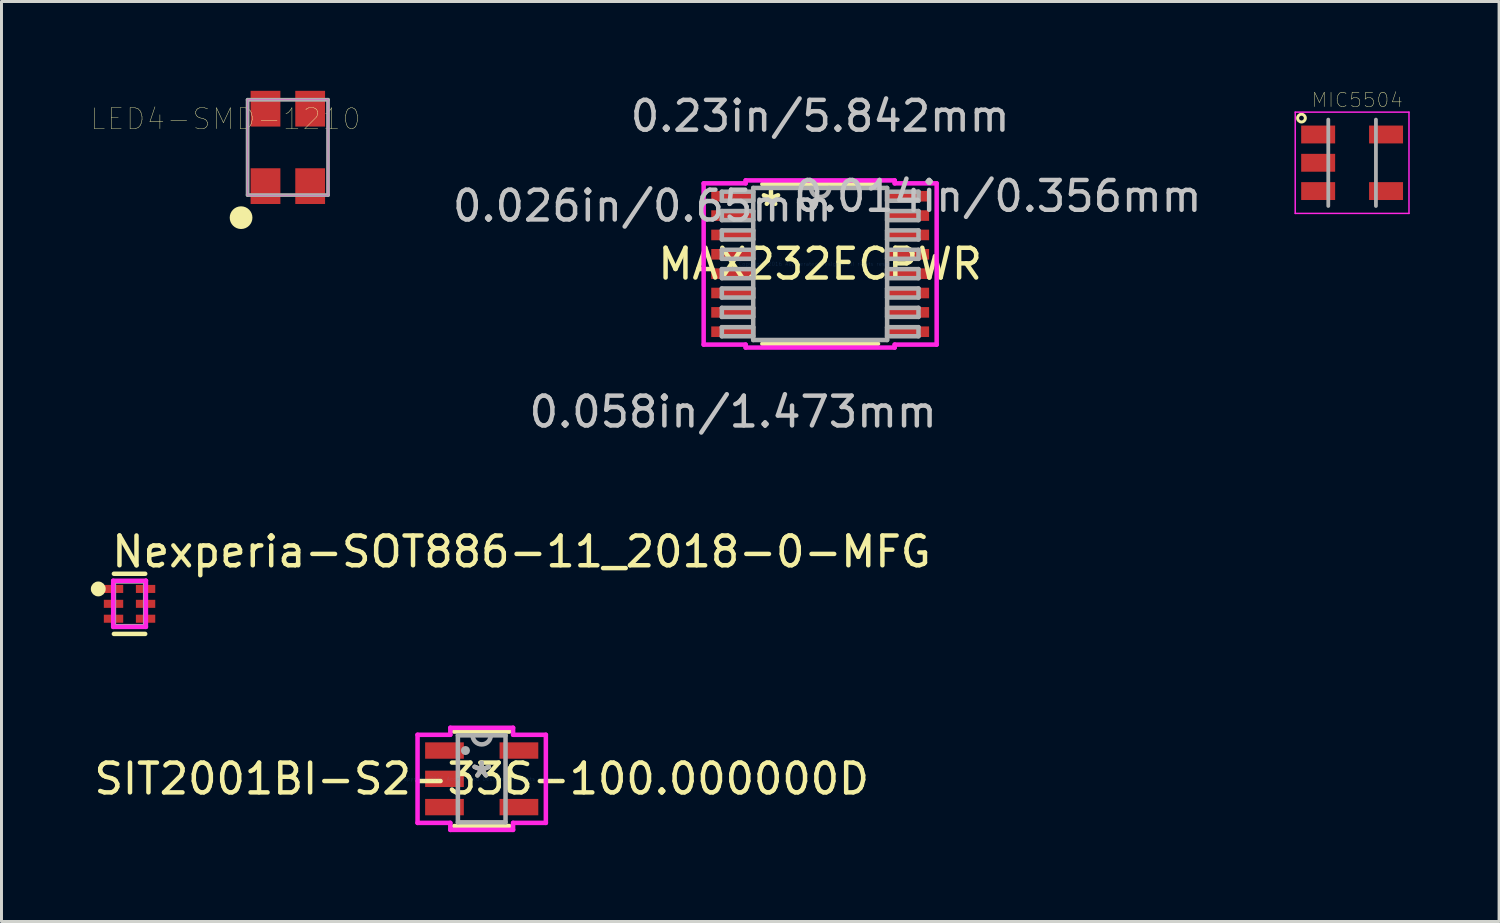
<source format=kicad_pcb>
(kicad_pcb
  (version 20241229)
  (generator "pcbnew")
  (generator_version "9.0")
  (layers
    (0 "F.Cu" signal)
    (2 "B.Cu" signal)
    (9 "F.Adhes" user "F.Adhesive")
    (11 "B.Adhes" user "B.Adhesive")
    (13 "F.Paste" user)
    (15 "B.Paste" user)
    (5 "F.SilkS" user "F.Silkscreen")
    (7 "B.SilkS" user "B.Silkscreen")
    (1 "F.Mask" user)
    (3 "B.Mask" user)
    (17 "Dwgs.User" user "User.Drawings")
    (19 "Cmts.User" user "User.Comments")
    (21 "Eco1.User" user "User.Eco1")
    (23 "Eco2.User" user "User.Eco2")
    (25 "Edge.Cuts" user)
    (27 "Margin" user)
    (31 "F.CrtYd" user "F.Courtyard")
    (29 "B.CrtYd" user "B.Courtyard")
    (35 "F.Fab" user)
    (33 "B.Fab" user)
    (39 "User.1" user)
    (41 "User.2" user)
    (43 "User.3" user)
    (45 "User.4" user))
  (footprint "MIC5504"
    (layer "F.Cu")
    (at 42.352 2.416)
    (property "Reference" "MIC5504" (at 0.174 -2.108 0) (layer "F.SilkS") (effects (font (size 0.481 0.481) (thickness 0.015))))
    (attr through_hole)
    (fp_circle (center -1.7 -1.5) (end -1.57 -1.5) (stroke (width 0.1) (type solid)) (fill no) (layer "F.SilkS"))
    (fp_line (start -1.91 -1.7) (end -1.91 1.7) (stroke (width 0.05) (type solid)) (layer "F.CrtYd"))
    (fp_line (start -1.91 1.7) (end 1.91 1.7) (stroke (width 0.05) (type solid)) (layer "F.CrtYd"))
    (fp_line (start 1.91 -1.7) (end -1.91 -1.7) (stroke (width 0.05) (type solid)) (layer "F.CrtYd"))
    (fp_line (start 1.91 1.7) (end 1.91 -1.7) (stroke (width 0.05) (type solid)) (layer "F.CrtYd"))
    (fp_line (start -0.8 -1.45) (end -0.8 1.45) (stroke (width 0.127) (type solid)) (layer "F.Fab"))
    (fp_line (start 0.8 1.45) (end 0.8 -1.45) (stroke (width 0.127) (type solid)) (layer "F.Fab"))
    (pad "1" smd rect (at -1.14 -0.95) (size 1.14 0.6) (layers "F.Cu" "F.Mask" "F.Paste"))
    (pad "2" smd rect (at -1.14 0) (size 1.14 0.6) (layers "F.Cu" "F.Mask" "F.Paste"))
    (pad "3" smd rect (at -1.14 0.95) (size 1.14 0.6) (layers "F.Cu" "F.Mask" "F.Paste"))
    (pad "4" smd rect (at 1.14 0.95) (size 1.14 0.6) (layers "F.Cu" "F.Mask" "F.Paste"))
    (pad "5" smd rect (at 1.14 -0.95) (size 1.14 0.6) (layers "F.Cu" "F.Mask" "F.Paste")))
  (footprint "LED4-SMD-1210"
    (layer "F.Cu")
    (at 6.615 1.9)
    (property "Reference" "LED4-SMD-1210" (at -2.096 -0.953 180) (layer "F.SilkS") (effects (font (size 0.7 0.7) (thickness 0.015))))
    (attr through_hole)
    (fp_circle (center -1.57 2.359) (end -1.189 2.359) (stroke (width 0) (type solid)) (fill yes) (layer "F.SilkS"))
    (fp_poly (pts (xy -1.352 -1.6) (xy 1.35 -1.6) (xy 1.35 1.602) (xy -1.352 1.602)) (stroke (width 0.01) (type solid)) (fill no) (layer "F.CrtYd"))
    (fp_line (start -1.35 -1.6) (end 1.35 -1.6) (stroke (width 0.127) (type solid)) (layer "F.Fab"))
    (fp_line (start -1.35 1.6) (end -1.35 -1.6) (stroke (width 0.127) (type solid)) (layer "F.Fab"))
    (fp_line (start 1.35 -1.6) (end 1.35 1.6) (stroke (width 0.127) (type solid)) (layer "F.Fab"))
    (fp_line (start 1.35 1.6) (end -1.35 1.6) (stroke (width 0.127) (type solid)) (layer "F.Fab"))
    (pad "1" smd rect (at -0.75 1.3) (size 1 1.2) (layers "F.Cu" "F.Mask" "F.Paste"))
    (pad "2" smd rect (at 0.75 1.3) (size 1 1.2) (layers "F.Cu" "F.Mask" "F.Paste"))
    (pad "3" smd rect (at 0.75 -1.3) (size 1 1.2) (layers "F.Cu" "F.Mask" "F.Paste"))
    (pad "4" smd rect (at -0.75 -1.3) (size 1 1.2) (layers "F.Cu" "F.Mask" "F.Paste")))
  (footprint "Nexperia-SOT886-11_2018-0-MFG"
    (layer "F.Cu")
    (at 1.3 17.226)
    (property "Reference" "Nexperia-SOT886-11_2018-0-MFG" (at -0.675 -1.75 0) (layer "F.SilkS") (effects (font (size 1 1) (thickness 0.15)) (justify left)))
    (attr through_hole)
    (fp_line (start 0.525 -1.01) (end -0.525 -1.01) (stroke (width 0.15) (type solid)) (layer "F.SilkS"))
    (fp_line (start 0.525 1.01) (end -0.525 1.01) (stroke (width 0.15) (type solid)) (layer "F.SilkS"))
    (fp_circle (center -1.05 -0.5) (end -0.925 -0.5) (stroke (width 0.25) (type solid)) (fill no) (layer "F.SilkS"))
    (fp_line (start -0.55 -0.775) (end -0.55 0.775) (stroke (width 0.15) (type solid)) (layer "F.CrtYd"))
    (fp_line (start -0.55 0.775) (end 0.55 0.775) (stroke (width 0.15) (type solid)) (layer "F.CrtYd"))
    (fp_line (start 0.55 -0.775) (end -0.55 -0.775) (stroke (width 0.15) (type solid)) (layer "F.CrtYd"))
    (fp_line (start 0.55 -0.775) (end 0.55 -0.775) (stroke (width 0.15) (type solid)) (layer "F.CrtYd"))
    (fp_line (start 0.55 0.775) (end 0.55 -0.775) (stroke (width 0.15) (type solid)) (layer "F.CrtYd"))
    (fp_line (start -0.525 -0.75) (end 0.525 -0.75) (stroke (width 0.15) (type solid)) (layer "F.Fab"))
    (fp_line (start -0.525 0.75) (end -0.525 -0.75) (stroke (width 0.15) (type solid)) (layer "F.Fab"))
    (fp_line (start 0.525 -0.75) (end 0.525 0.75) (stroke (width 0.15) (type solid)) (layer "F.Fab"))
    (fp_line (start 0.525 0.75) (end -0.525 0.75) (stroke (width 0.15) (type solid)) (layer "F.Fab"))
    (pad "1" smd rect (at -0.338 0.5) (size 0.65 0.27) (drill (offset -0.2 0)) (layers "F.Cu" "F.Mask" "F.Paste"))
    (pad "2" smd rect (at -0.338 0) (size 0.65 0.27) (drill (offset -0.2 0)) (layers "F.Cu" "F.Mask" "F.Paste"))
    (pad "3" smd rect (at -0.338 -0.5) (size 0.65 0.27) (drill (offset -0.2 0)) (layers "F.Cu" "F.Mask" "F.Paste"))
    (pad "4" smd rect (at 0.338 -0.5) (size 0.65 0.27) (drill (offset 0.2 0)) (layers "F.Cu" "F.Mask" "F.Paste"))
    (pad "5" smd rect (at 0.338 0) (size 0.65 0.27) (drill (offset 0.2 0)) (layers "F.Cu" "F.Mask" "F.Paste"))
    (pad "6" smd rect (at 0.338 0.5) (size 0.65 0.27) (drill (offset 0.2 0)) (layers "F.Cu" "F.Mask" "F.Paste")))
  (footprint "SIT2001BI-S2-33S-100.000000D"
    (layer "F.Cu")
    (at 13.125 23.102)
    (property "Reference" "SIT2001BI-S2-33S-100.000000D" (at 0 0 0) (layer "F.SilkS") (effects (font (size 1 1) (thickness 0.15))))
    (attr through_hole)
    (fp_line (start -0.927 1.587) (end 0.927 1.587) (stroke (width 0.152) (type solid)) (layer "F.SilkS"))
    (fp_line (start 0.927 -1.587) (end -0.927 -1.587) (stroke (width 0.152) (type solid)) (layer "F.SilkS"))
    (fp_line (start 0.927 0.342) (end 0.927 -0.342) (stroke (width 0.152) (type solid)) (layer "F.SilkS"))
    (fp_line (start -2.154 -1.479) (end -1.054 -1.479) (stroke (width 0.152) (type solid)) (layer "F.CrtYd"))
    (fp_line (start -2.154 1.479) (end -2.154 -1.479) (stroke (width 0.152) (type solid)) (layer "F.CrtYd"))
    (fp_line (start -1.054 -1.714) (end 1.054 -1.714) (stroke (width 0.152) (type solid)) (layer "F.CrtYd"))
    (fp_line (start -1.054 -1.479) (end -1.054 -1.714) (stroke (width 0.152) (type solid)) (layer "F.CrtYd"))
    (fp_line (start -1.054 1.479) (end -2.154 1.479) (stroke (width 0.152) (type solid)) (layer "F.CrtYd"))
    (fp_line (start -1.054 1.714) (end -1.054 1.479) (stroke (width 0.152) (type solid)) (layer "F.CrtYd"))
    (fp_line (start 1.054 -1.714) (end 1.054 -1.479) (stroke (width 0.152) (type solid)) (layer "F.CrtYd"))
    (fp_line (start 1.054 -1.479) (end 2.154 -1.479) (stroke (width 0.152) (type solid)) (layer "F.CrtYd"))
    (fp_line (start 1.054 1.479) (end 1.054 1.714) (stroke (width 0.152) (type solid)) (layer "F.CrtYd"))
    (fp_line (start 1.054 1.714) (end -1.054 1.714) (stroke (width 0.152) (type solid)) (layer "F.CrtYd"))
    (fp_line (start 2.154 -1.479) (end 2.154 1.479) (stroke (width 0.152) (type solid)) (layer "F.CrtYd"))
    (fp_line (start 2.154 1.479) (end 1.054 1.479) (stroke (width 0.152) (type solid)) (layer "F.CrtYd"))
    (fp_line (start -0.8 -1.46) (end -0.8 1.46) (stroke (width 0.152) (type solid)) (layer "F.Fab"))
    (fp_line (start -0.8 1.46) (end 0.8 1.46) (stroke (width 0.152) (type solid)) (layer "F.Fab"))
    (fp_line (start 0.8 -1.46) (end -0.8 -1.46) (stroke (width 0.152) (type solid)) (layer "F.Fab"))
    (fp_line (start 0.8 1.46) (end 0.8 -1.46) (stroke (width 0.152) (type solid)) (layer "F.Fab"))
    (fp_arc (start 0.3048 -1.4605) (mid 0 -1.1557) (end -0.3048 -1.4605) (stroke (width 0.1524) (type solid)) (layer "F.Fab"))
    (fp_circle (center -0.546 -0.95) (end -0.47 -0.95) (stroke (width 0.152) (type solid)) (fill no) (layer "F.Fab"))
    (fp_text user "*" (at 0 0 0) (layer "F.SilkS") (effects (font (size 1 1) (thickness 0.15))))
    (fp_text user "Copyright 2016 Accelerated Designs. All rights reserved." (at 0 0 0) (layer "Cmts.User") (effects (font (size 0.127 0.127) (thickness 0.002))))
    (fp_text user "*" (at 0 0 0) (layer "F.Fab") (effects (font (size 1 1) (thickness 0.15))))
    (pad "1" smd rect (at -1.25 -0.95) (size 1.3 0.55) (layers "F.Cu" "F.Mask" "F.Paste"))
    (pad "2" smd rect (at -1.25 0) (size 1.3 0.55) (layers "F.Cu" "F.Mask" "F.Paste"))
    (pad "3" smd rect (at -1.25 0.95) (size 1.3 0.55) (layers "F.Cu" "F.Mask" "F.Paste"))
    (pad "4" smd rect (at 1.25 0.95) (size 1.3 0.55) (layers "F.Cu" "F.Mask" "F.Paste"))
    (pad "5" smd rect (at 1.25 -0.95) (size 1.3 0.55) (layers "F.Cu" "F.Mask" "F.Paste")))
  (footprint "MAX232ECPWR"
    (layer "F.Cu")
    (at 24.49 5.814)
    (property "Reference" "MAX232ECPWR" (at 0 0 0) (layer "F.SilkS") (effects (font (size 1 1) (thickness 0.15))))
    (attr through_hole)
    (fp_line (start -1.941 2.68) (end 1.941 2.68) (stroke (width 0.152) (type solid)) (layer "F.SilkS"))
    (fp_line (start 1.941 -2.68) (end -1.941 -2.68) (stroke (width 0.152) (type solid)) (layer "F.SilkS"))
    (fp_line (start -3.912 -2.707) (end -2.502 -2.707) (stroke (width 0.152) (type solid)) (layer "F.CrtYd"))
    (fp_line (start -3.912 2.707) (end -3.912 -2.707) (stroke (width 0.152) (type solid)) (layer "F.CrtYd"))
    (fp_line (start -2.502 -2.807) (end 2.502 -2.807) (stroke (width 0.152) (type solid)) (layer "F.CrtYd"))
    (fp_line (start -2.502 -2.707) (end -2.502 -2.807) (stroke (width 0.152) (type solid)) (layer "F.CrtYd"))
    (fp_line (start -2.502 2.707) (end -3.912 2.707) (stroke (width 0.152) (type solid)) (layer "F.CrtYd"))
    (fp_line (start -2.502 2.807) (end -2.502 2.707) (stroke (width 0.152) (type solid)) (layer "F.CrtYd"))
    (fp_line (start 2.502 -2.807) (end 2.502 -2.707) (stroke (width 0.152) (type solid)) (layer "F.CrtYd"))
    (fp_line (start 2.502 -2.707) (end 3.912 -2.707) (stroke (width 0.152) (type solid)) (layer "F.CrtYd"))
    (fp_line (start 2.502 2.707) (end 2.502 2.807) (stroke (width 0.152) (type solid)) (layer "F.CrtYd"))
    (fp_line (start 2.502 2.807) (end -2.502 2.807) (stroke (width 0.152) (type solid)) (layer "F.CrtYd"))
    (fp_line (start 3.912 -2.707) (end 3.912 2.707) (stroke (width 0.152) (type solid)) (layer "F.CrtYd"))
    (fp_line (start 3.912 2.707) (end 2.502 2.707) (stroke (width 0.152) (type solid)) (layer "F.CrtYd"))
    (fp_line (start -3.302 -2.427) (end -3.302 -2.123) (stroke (width 0.152) (type solid)) (layer "F.Fab"))
    (fp_line (start -3.302 -2.123) (end -2.248 -2.123) (stroke (width 0.152) (type solid)) (layer "F.Fab"))
    (fp_line (start -3.302 -1.777) (end -3.302 -1.473) (stroke (width 0.152) (type solid)) (layer "F.Fab"))
    (fp_line (start -3.302 -1.473) (end -2.248 -1.473) (stroke (width 0.152) (type solid)) (layer "F.Fab"))
    (fp_line (start -3.302 -1.127) (end -3.302 -0.823) (stroke (width 0.152) (type solid)) (layer "F.Fab"))
    (fp_line (start -3.302 -0.823) (end -2.248 -0.823) (stroke (width 0.152) (type solid)) (layer "F.Fab"))
    (fp_line (start -3.302 -0.477) (end -3.302 -0.173) (stroke (width 0.152) (type solid)) (layer "F.Fab"))
    (fp_line (start -3.302 -0.173) (end -2.248 -0.173) (stroke (width 0.152) (type solid)) (layer "F.Fab"))
    (fp_line (start -3.302 0.173) (end -3.302 0.477) (stroke (width 0.152) (type solid)) (layer "F.Fab"))
    (fp_line (start -3.302 0.477) (end -2.248 0.477) (stroke (width 0.152) (type solid)) (layer "F.Fab"))
    (fp_line (start -3.302 0.823) (end -3.302 1.127) (stroke (width 0.152) (type solid)) (layer "F.Fab"))
    (fp_line (start -3.302 1.127) (end -2.248 1.127) (stroke (width 0.152) (type solid)) (layer "F.Fab"))
    (fp_line (start -3.302 1.473) (end -3.302 1.777) (stroke (width 0.152) (type solid)) (layer "F.Fab"))
    (fp_line (start -3.302 1.777) (end -2.248 1.777) (stroke (width 0.152) (type solid)) (layer "F.Fab"))
    (fp_line (start -3.302 2.123) (end -3.302 2.427) (stroke (width 0.152) (type solid)) (layer "F.Fab"))
    (fp_line (start -3.302 2.427) (end -2.248 2.427) (stroke (width 0.152) (type solid)) (layer "F.Fab"))
    (fp_line (start -2.248 -2.553) (end -2.248 2.553) (stroke (width 0.152) (type solid)) (layer "F.Fab"))
    (fp_line (start -2.248 -2.427) (end -3.302 -2.427) (stroke (width 0.152) (type solid)) (layer "F.Fab"))
    (fp_line (start -2.248 -2.123) (end -2.248 -2.427) (stroke (width 0.152) (type solid)) (layer "F.Fab"))
    (fp_line (start -2.248 -1.777) (end -3.302 -1.777) (stroke (width 0.152) (type solid)) (layer "F.Fab"))
    (fp_line (start -2.248 -1.473) (end -2.248 -1.777) (stroke (width 0.152) (type solid)) (layer "F.Fab"))
    (fp_line (start -2.248 -1.127) (end -3.302 -1.127) (stroke (width 0.152) (type solid)) (layer "F.Fab"))
    (fp_line (start -2.248 -0.823) (end -2.248 -1.127) (stroke (width 0.152) (type solid)) (layer "F.Fab"))
    (fp_line (start -2.248 -0.477) (end -3.302 -0.477) (stroke (width 0.152) (type solid)) (layer "F.Fab"))
    (fp_line (start -2.248 -0.173) (end -2.248 -0.477) (stroke (width 0.152) (type solid)) (layer "F.Fab"))
    (fp_line (start -2.248 0.173) (end -3.302 0.173) (stroke (width 0.152) (type solid)) (layer "F.Fab"))
    (fp_line (start -2.248 0.477) (end -2.248 0.173) (stroke (width 0.152) (type solid)) (layer "F.Fab"))
    (fp_line (start -2.248 0.823) (end -3.302 0.823) (stroke (width 0.152) (type solid)) (layer "F.Fab"))
    (fp_line (start -2.248 1.127) (end -2.248 0.823) (stroke (width 0.152) (type solid)) (layer "F.Fab"))
    (fp_line (start -2.248 1.473) (end -3.302 1.473) (stroke (width 0.152) (type solid)) (layer "F.Fab"))
    (fp_line (start -2.248 1.777) (end -2.248 1.473) (stroke (width 0.152) (type solid)) (layer "F.Fab"))
    (fp_line (start -2.248 2.123) (end -3.302 2.123) (stroke (width 0.152) (type solid)) (layer "F.Fab"))
    (fp_line (start -2.248 2.427) (end -2.248 2.123) (stroke (width 0.152) (type solid)) (layer "F.Fab"))
    (fp_line (start -2.248 2.553) (end 2.248 2.553) (stroke (width 0.152) (type solid)) (layer "F.Fab"))
    (fp_line (start 2.248 -2.553) (end -2.248 -2.553) (stroke (width 0.152) (type solid)) (layer "F.Fab"))
    (fp_line (start 2.248 -2.427) (end 2.248 -2.123) (stroke (width 0.152) (type solid)) (layer "F.Fab"))
    (fp_line (start 2.248 -2.123) (end 3.302 -2.123) (stroke (width 0.152) (type solid)) (layer "F.Fab"))
    (fp_line (start 2.248 -1.777) (end 2.248 -1.473) (stroke (width 0.152) (type solid)) (layer "F.Fab"))
    (fp_line (start 2.248 -1.473) (end 3.302 -1.473) (stroke (width 0.152) (type solid)) (layer "F.Fab"))
    (fp_line (start 2.248 -1.127) (end 2.248 -0.823) (stroke (width 0.152) (type solid)) (layer "F.Fab"))
    (fp_line (start 2.248 -0.823) (end 3.302 -0.823) (stroke (width 0.152) (type solid)) (layer "F.Fab"))
    (fp_line (start 2.248 -0.477) (end 2.248 -0.173) (stroke (width 0.152) (type solid)) (layer "F.Fab"))
    (fp_line (start 2.248 -0.173) (end 3.302 -0.173) (stroke (width 0.152) (type solid)) (layer "F.Fab"))
    (fp_line (start 2.248 0.173) (end 2.248 0.477) (stroke (width 0.152) (type solid)) (layer "F.Fab"))
    (fp_line (start 2.248 0.477) (end 3.302 0.477) (stroke (width 0.152) (type solid)) (layer "F.Fab"))
    (fp_line (start 2.248 0.823) (end 2.248 1.127) (stroke (width 0.152) (type solid)) (layer "F.Fab"))
    (fp_line (start 2.248 1.127) (end 3.302 1.127) (stroke (width 0.152) (type solid)) (layer "F.Fab"))
    (fp_line (start 2.248 1.473) (end 2.248 1.777) (stroke (width 0.152) (type solid)) (layer "F.Fab"))
    (fp_line (start 2.248 1.777) (end 3.302 1.777) (stroke (width 0.152) (type solid)) (layer "F.Fab"))
    (fp_line (start 2.248 2.123) (end 2.248 2.427) (stroke (width 0.152) (type solid)) (layer "F.Fab"))
    (fp_line (start 2.248 2.427) (end 3.302 2.427) (stroke (width 0.152) (type solid)) (layer "F.Fab"))
    (fp_line (start 2.248 2.553) (end 2.248 -2.553) (stroke (width 0.152) (type solid)) (layer "F.Fab"))
    (fp_line (start 3.302 -2.427) (end 2.248 -2.427) (stroke (width 0.152) (type solid)) (layer "F.Fab"))
    (fp_line (start 3.302 -2.123) (end 3.302 -2.427) (stroke (width 0.152) (type solid)) (layer "F.Fab"))
    (fp_line (start 3.302 -1.777) (end 2.248 -1.777) (stroke (width 0.152) (type solid)) (layer "F.Fab"))
    (fp_line (start 3.302 -1.473) (end 3.302 -1.777) (stroke (width 0.152) (type solid)) (layer "F.Fab"))
    (fp_line (start 3.302 -1.127) (end 2.248 -1.127) (stroke (width 0.152) (type solid)) (layer "F.Fab"))
    (fp_line (start 3.302 -0.823) (end 3.302 -1.127) (stroke (width 0.152) (type solid)) (layer "F.Fab"))
    (fp_line (start 3.302 -0.477) (end 2.248 -0.477) (stroke (width 0.152) (type solid)) (layer "F.Fab"))
    (fp_line (start 3.302 -0.173) (end 3.302 -0.477) (stroke (width 0.152) (type solid)) (layer "F.Fab"))
    (fp_line (start 3.302 0.173) (end 2.248 0.173) (stroke (width 0.152) (type solid)) (layer "F.Fab"))
    (fp_line (start 3.302 0.477) (end 3.302 0.173) (stroke (width 0.152) (type solid)) (layer "F.Fab"))
    (fp_line (start 3.302 0.823) (end 2.248 0.823) (stroke (width 0.152) (type solid)) (layer "F.Fab"))
    (fp_line (start 3.302 1.127) (end 3.302 0.823) (stroke (width 0.152) (type solid)) (layer "F.Fab"))
    (fp_line (start 3.302 1.473) (end 2.248 1.473) (stroke (width 0.152) (type solid)) (layer "F.Fab"))
    (fp_line (start 3.302 1.777) (end 3.302 1.473) (stroke (width 0.152) (type solid)) (layer "F.Fab"))
    (fp_line (start 3.302 2.123) (end 2.248 2.123) (stroke (width 0.152) (type solid)) (layer "F.Fab"))
    (fp_line (start 3.302 2.427) (end 3.302 2.123) (stroke (width 0.152) (type solid)) (layer "F.Fab"))
    (fp_arc (start 0.3048 -2.5527) (mid 0 -2.2479) (end -0.3048 -2.5527) (stroke (width 0.1524) (type solid)) (layer "F.Fab"))
    (fp_text user "*" (at -1.651 -1.905 0) (layer "F.SilkS") (effects (font (size 1 1) (thickness 0.15))))
    (fp_text user "0.058in/1.473mm" (at -2.921 4.966 0) (layer "Dwgs.User") (effects (font (size 1 1) (thickness 0.15))))
    (fp_text user "0.026in/0.65mm" (at -5.969 -1.95 0) (layer "Dwgs.User") (effects (font (size 1 1) (thickness 0.15))))
    (fp_text user "0.014in/0.356mm" (at 5.969 -2.275 0) (layer "Dwgs.User") (effects (font (size 1 1) (thickness 0.15))))
    (fp_text user "0.23in/5.842mm" (at 0 -4.966 0) (layer "Dwgs.User") (effects (font (size 1 1) (thickness 0.15))))
    (fp_text user "Copyright 2016 Accelerated Designs. All rights reserved." (at 0 0 0) (layer "Cmts.User") (effects (font (size 0.127 0.127) (thickness 0.002))))
    (pad "1" smd rect (at -2.921 -2.275) (size 1.473 0.356) (layers "F.Cu" "F.Mask" "F.Paste"))
    (pad "2" smd rect (at -2.921 -1.625) (size 1.473 0.356) (layers "F.Cu" "F.Mask" "F.Paste"))
    (pad "3" smd rect (at -2.921 -0.975) (size 1.473 0.356) (layers "F.Cu" "F.Mask" "F.Paste"))
    (pad "4" smd rect (at -2.921 -0.325) (size 1.473 0.356) (layers "F.Cu" "F.Mask" "F.Paste"))
    (pad "5" smd rect (at -2.921 0.325) (size 1.473 0.356) (layers "F.Cu" "F.Mask" "F.Paste"))
    (pad "6" smd rect (at -2.921 0.975) (size 1.473 0.356) (layers "F.Cu" "F.Mask" "F.Paste"))
    (pad "7" smd rect (at -2.921 1.625) (size 1.473 0.356) (layers "F.Cu" "F.Mask" "F.Paste"))
    (pad "8" smd rect (at -2.921 2.275) (size 1.473 0.356) (layers "F.Cu" "F.Mask" "F.Paste"))
    (pad "9" smd rect (at 2.921 2.275) (size 1.473 0.356) (layers "F.Cu" "F.Mask" "F.Paste"))
    (pad "10" smd rect (at 2.921 1.625) (size 1.473 0.356) (layers "F.Cu" "F.Mask" "F.Paste"))
    (pad "11" smd rect (at 2.921 0.975) (size 1.473 0.356) (layers "F.Cu" "F.Mask" "F.Paste"))
    (pad "12" smd rect (at 2.921 0.325) (size 1.473 0.356) (layers "F.Cu" "F.Mask" "F.Paste"))
    (pad "13" smd rect (at 2.921 -0.325) (size 1.473 0.356) (layers "F.Cu" "F.Mask" "F.Paste"))
    (pad "14" smd rect (at 2.921 -0.975) (size 1.473 0.356) (layers "F.Cu" "F.Mask" "F.Paste"))
    (pad "15" smd rect (at 2.921 -1.625) (size 1.473 0.356) (layers "F.Cu" "F.Mask" "F.Paste"))
    (pad "16" smd rect (at 2.921 -2.275) (size 1.473 0.356) (layers "F.Cu" "F.Mask" "F.Paste")))
  (gr_rect
    (start -3 -3)
    (end 47.287 27.893)
    (stroke (width 0.1) (type default))
    (fill no)
    (layer "Edge.Cuts")))
</source>
